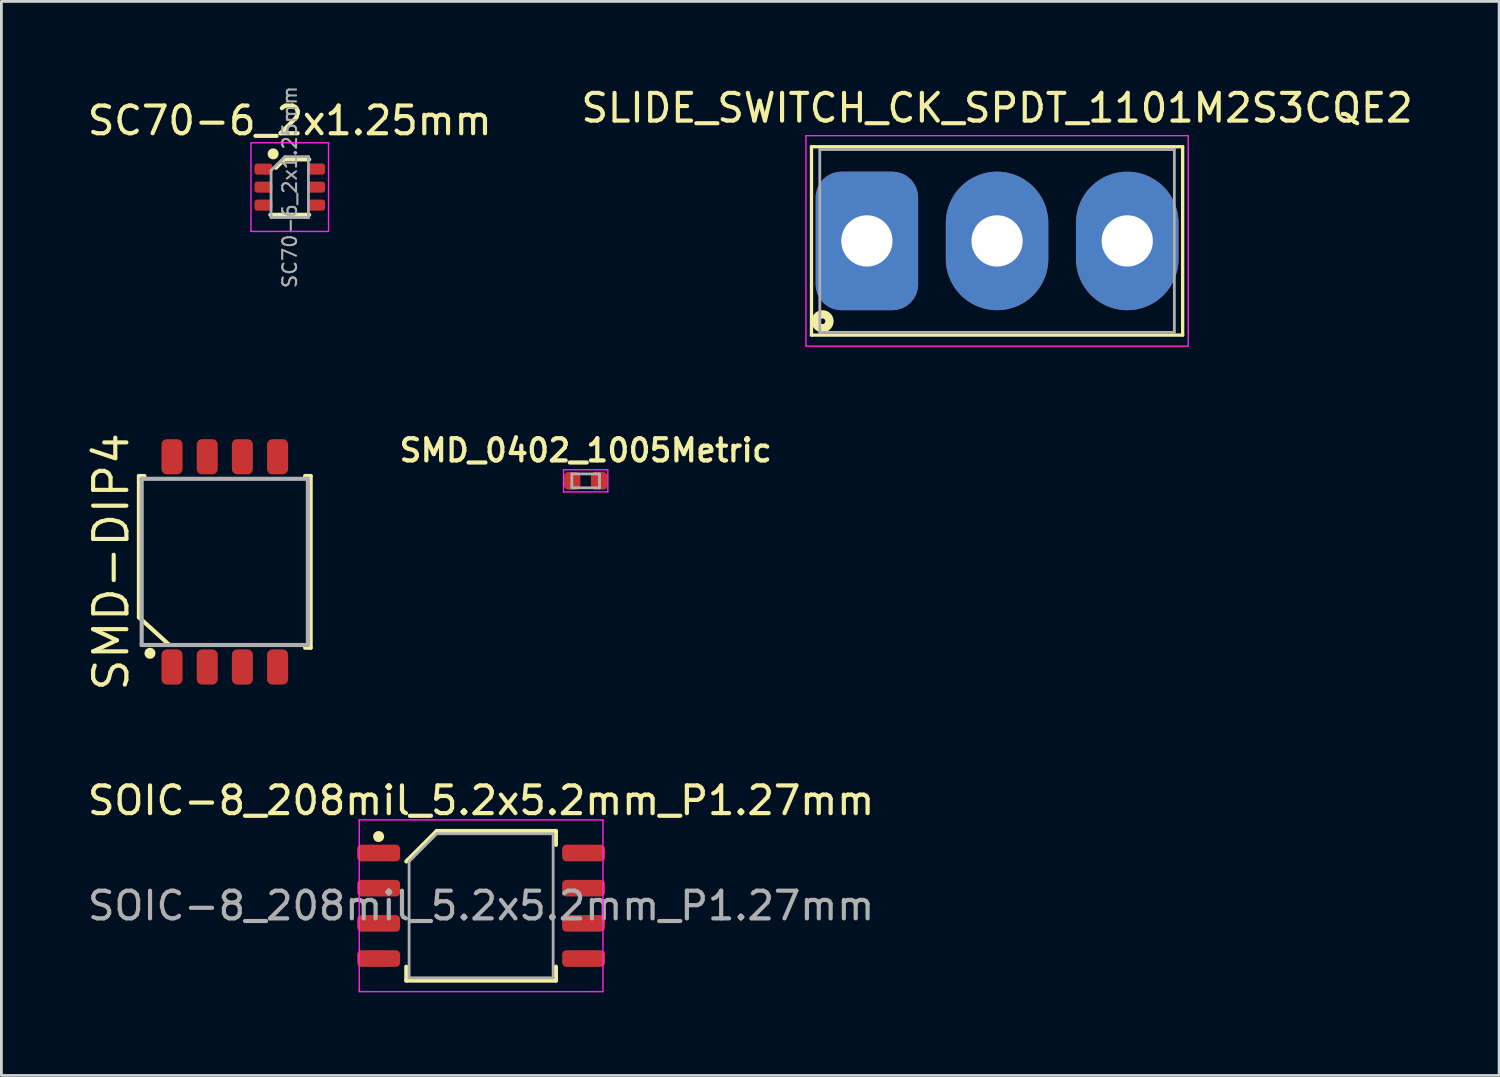
<source format=kicad_pcb>
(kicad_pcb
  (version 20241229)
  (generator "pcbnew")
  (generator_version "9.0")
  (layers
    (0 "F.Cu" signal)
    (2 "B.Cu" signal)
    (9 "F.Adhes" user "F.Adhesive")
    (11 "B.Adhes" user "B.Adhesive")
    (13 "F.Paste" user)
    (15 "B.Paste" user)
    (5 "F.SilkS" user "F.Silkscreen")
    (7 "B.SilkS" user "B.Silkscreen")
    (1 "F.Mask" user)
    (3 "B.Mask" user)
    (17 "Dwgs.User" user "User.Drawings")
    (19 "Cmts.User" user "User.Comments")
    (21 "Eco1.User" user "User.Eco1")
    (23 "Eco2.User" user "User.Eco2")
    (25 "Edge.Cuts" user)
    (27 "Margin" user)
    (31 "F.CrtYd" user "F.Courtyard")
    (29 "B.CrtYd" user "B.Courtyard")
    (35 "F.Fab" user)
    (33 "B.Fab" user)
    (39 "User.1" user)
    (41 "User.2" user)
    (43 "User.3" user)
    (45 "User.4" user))
  (footprint "SLIDE_SWITCH_CK_SPDT_1101M2S3CQE2"
    (layer "F.Cu")
    (at 32.946 5.648)
    (property "Reference" "SLIDE_SWITCH_CK_SPDT_1101M2S3CQE2" (at 0 -4.8 0) (layer "F.SilkS") (effects (font (size 1 1) (thickness 0.15))))
    (attr through_hole)
    (fp_line (start -6.7 -3.4) (end 6.7 -3.4) (stroke (width 0.12) (type solid)) (layer "F.SilkS"))
    (fp_line (start -6.7 3.4) (end -6.7 -3.4) (stroke (width 0.12) (type solid)) (layer "F.SilkS"))
    (fp_line (start 6.7 -3.4) (end 6.7 3.4) (stroke (width 0.12) (type solid)) (layer "F.SilkS"))
    (fp_line (start 6.7 3.4) (end -6.7 3.4) (stroke (width 0.12) (type solid)) (layer "F.SilkS"))
    (fp_circle (center -6.3 2.9) (end -6.2 2.9) (stroke (width 0.3) (type solid)) (fill no) (layer "F.SilkS"))
    (fp_line (start -6.9 -3.8) (end 6.9 -3.8) (stroke (width 0.05) (type solid)) (layer "F.CrtYd"))
    (fp_line (start -6.9 3.8) (end -6.9 -3.8) (stroke (width 0.05) (type solid)) (layer "F.CrtYd"))
    (fp_line (start -6.9 3.8) (end 6.9 3.8) (stroke (width 0.05) (type solid)) (layer "F.CrtYd"))
    (fp_line (start 6.9 3.8) (end 6.9 -3.8) (stroke (width 0.05) (type solid)) (layer "F.CrtYd"))
    (fp_line (start -6.4 -3.3) (end 6.4 -3.3) (stroke (width 0.1) (type solid)) (layer "F.Fab"))
    (fp_line (start -6.4 3.3) (end -6.4 -3.3) (stroke (width 0.1) (type solid)) (layer "F.Fab"))
    (fp_line (start -6.4 3.3) (end 6.4 3.3) (stroke (width 0.1) (type solid)) (layer "F.Fab"))
    (fp_line (start 6.4 3.3) (end 6.4 -3.3) (stroke (width 0.1) (type solid)) (layer "F.Fab"))
    (pad "1" thru_hole roundrect (at -4.7 0) (size 3.7 5) (drill 1.85) (layers "*.Cu" "*.Mask") (roundrect_rratio 0.25))
    (pad "2" thru_hole oval (at 0 0) (size 3.7 5) (drill 1.85) (layers "*.Cu" "*.Mask"))
    (pad "3" thru_hole oval (at 4.7 0) (size 3.7 5) (drill 1.85) (layers "*.Cu" "*.Mask")))
  (footprint "SMD-DIP4"
    (layer "F.Cu")
    (at 5.065 17.235)
    (property "Reference" "SMD-DIP4" (at -4.1 0 90) (layer "F.SilkS") (effects (font (size 1.2 1.2) (thickness 0.15))))
    (attr smd)
    (fp_line (start -3.1 2) (end -3.1 -3.1) (stroke (width 0.15) (type solid)) (layer "F.SilkS"))
    (fp_line (start -3.1 2) (end -2 3) (stroke (width 0.15) (type solid)) (layer "F.SilkS"))
    (fp_line (start -2.9 -3.1) (end -3.1 -3.1) (stroke (width 0.15) (type solid)) (layer "F.SilkS"))
    (fp_line (start 2.9 3.1) (end 3.1 3.1) (stroke (width 0.15) (type solid)) (layer "F.SilkS"))
    (fp_line (start 3.1 -3.1) (end 2.9 -3.1) (stroke (width 0.15) (type solid)) (layer "F.SilkS"))
    (fp_line (start 3.1 3.1) (end 3.1 -3.1) (stroke (width 0.15) (type solid)) (layer "F.SilkS"))
    (fp_circle (center -2.7 3.3) (end -2.8 3.3) (stroke (width 0.2) (type solid)) (fill no) (layer "F.SilkS"))
    (fp_line (start -3 -3) (end -3 3) (stroke (width 0.15) (type solid)) (layer "F.Fab"))
    (fp_line (start -3 -3) (end 3 -3) (stroke (width 0.15) (type solid)) (layer "F.Fab"))
    (fp_line (start 3 -3) (end 3 3) (stroke (width 0.15) (type solid)) (layer "F.Fab"))
    (fp_line (start 3 3) (end -3 3) (stroke (width 0.15) (type solid)) (layer "F.Fab"))
    (pad "1" smd roundrect (at -1.905 3.795) (size 0.76 1.27) (layers "F.Cu" "F.Mask" "F.Paste") (roundrect_rratio 0.25))
    (pad "2" smd roundrect (at -0.635 3.795) (size 0.76 1.27) (layers "F.Cu" "F.Mask" "F.Paste") (roundrect_rratio 0.25))
    (pad "3" smd roundrect (at 0.635 3.795) (size 0.76 1.27) (layers "F.Cu" "F.Mask" "F.Paste") (roundrect_rratio 0.25))
    (pad "4" smd roundrect (at 1.905 3.795) (size 0.76 1.27) (layers "F.Cu" "F.Mask" "F.Paste") (roundrect_rratio 0.25))
    (pad "5" smd roundrect (at 1.905 -3.795) (size 0.76 1.27) (layers "F.Cu" "F.Mask" "F.Paste") (roundrect_rratio 0.25))
    (pad "6" smd roundrect (at 0.635 -3.795) (size 0.76 1.27) (layers "F.Cu" "F.Mask" "F.Paste") (roundrect_rratio 0.25))
    (pad "7" smd roundrect (at -0.635 -3.795) (size 0.76 1.27) (layers "F.Cu" "F.Mask" "F.Paste") (roundrect_rratio 0.25))
    (pad "8" smd roundrect (at -1.905 -3.795) (size 0.76 1.27) (layers "F.Cu" "F.Mask" "F.Paste") (roundrect_rratio 0.25)))
  (footprint "SOIC-8_208mil_5.2x5.2mm_P1.27mm"
    (layer "F.Cu")
    (at 14.319 29.65)
    (property "Reference" "SOIC-8_208mil_5.2x5.2mm_P1.27mm" (at 0 -3.8 0) (layer "F.SilkS") (effects (font (size 1 1) (thickness 0.152))))
    (attr smd)
    (fp_line (start -2.7 2.2) (end -2.7 2.7) (stroke (width 0.15) (type solid)) (layer "F.SilkS"))
    (fp_line (start -2.7 2.7) (end 2.7 2.7) (stroke (width 0.15) (type solid)) (layer "F.SilkS"))
    (fp_line (start -1.6 -2.7) (end -2.7 -1.6) (stroke (width 0.15) (type solid)) (layer "F.SilkS"))
    (fp_line (start -1.6 -2.7) (end 2.7 -2.7) (stroke (width 0.15) (type solid)) (layer "F.SilkS"))
    (fp_line (start 2.7 -2.7) (end 2.7 -2.2) (stroke (width 0.15) (type solid)) (layer "F.SilkS"))
    (fp_line (start 2.7 2.2) (end 2.7 2.7) (stroke (width 0.15) (type solid)) (layer "F.SilkS"))
    (fp_circle (center -3.7 -2.5) (end -3.6 -2.5) (stroke (width 0.2) (type solid)) (fill no) (layer "F.SilkS"))
    (fp_line (start -4.4 -3.1) (end -4.4 3.1) (stroke (width 0.05) (type solid)) (layer "F.CrtYd"))
    (fp_line (start -4.4 -3.1) (end 4.4 -3.1) (stroke (width 0.05) (type solid)) (layer "F.CrtYd"))
    (fp_line (start -4.4 3.1) (end 4.4 3.1) (stroke (width 0.05) (type solid)) (layer "F.CrtYd"))
    (fp_line (start 4.4 -3.1) (end 4.4 3.1) (stroke (width 0.05) (type solid)) (layer "F.CrtYd"))
    (fp_line (start -2.6 -1.6) (end -1.6 -2.6) (stroke (width 0.1) (type solid)) (layer "F.Fab"))
    (fp_line (start -2.6 2.6) (end -2.6 -1.6) (stroke (width 0.1) (type solid)) (layer "F.Fab"))
    (fp_line (start -1.6 -2.6) (end 2.6 -2.6) (stroke (width 0.1) (type solid)) (layer "F.Fab"))
    (fp_line (start 2.6 -2.6) (end 2.6 2.6) (stroke (width 0.1) (type solid)) (layer "F.Fab"))
    (fp_line (start 2.6 2.6) (end -2.6 2.6) (stroke (width 0.1) (type solid)) (layer "F.Fab"))
    (fp_text user "${REFERENCE}" (at 0 0 0) (layer "F.Fab") (effects (font (size 1 1) (thickness 0.15))))
    (pad "1" smd roundrect (at -3.7 -1.905) (size 1.55 0.6) (layers "F.Cu" "F.Mask" "F.Paste") (roundrect_rratio 0.25))
    (pad "2" smd roundrect (at -3.7 -0.635) (size 1.55 0.6) (layers "F.Cu" "F.Mask" "F.Paste") (roundrect_rratio 0.25))
    (pad "3" smd roundrect (at -3.7 0.635) (size 1.55 0.6) (layers "F.Cu" "F.Mask" "F.Paste") (roundrect_rratio 0.25))
    (pad "4" smd roundrect (at -3.7 1.905) (size 1.55 0.6) (layers "F.Cu" "F.Mask" "F.Paste") (roundrect_rratio 0.25))
    (pad "5" smd roundrect (at 3.7 1.905) (size 1.55 0.6) (layers "F.Cu" "F.Mask" "F.Paste") (roundrect_rratio 0.25))
    (pad "6" smd roundrect (at 3.7 0.635) (size 1.55 0.6) (layers "F.Cu" "F.Mask" "F.Paste") (roundrect_rratio 0.25))
    (pad "7" smd roundrect (at 3.7 -0.635) (size 1.55 0.6) (layers "F.Cu" "F.Mask" "F.Paste") (roundrect_rratio 0.25))
    (pad "8" smd roundrect (at 3.7 -1.905) (size 1.55 0.6) (layers "F.Cu" "F.Mask" "F.Paste") (roundrect_rratio 0.25)))
  (footprint "SMD_0402_1005Metric"
    (layer "F.Cu")
    (at 18.094 14.309)
    (property "Reference" "SMD_0402_1005Metric" (at 0 -1.1 0) (layer "F.SilkS") (effects (font (size 0.8 0.8) (thickness 0.152))))
    (attr smd)
    (fp_line (start -0.8 -0.4) (end 0.8 -0.4) (stroke (width 0.05) (type solid)) (layer "F.CrtYd"))
    (fp_line (start -0.8 0.4) (end -0.8 -0.4) (stroke (width 0.05) (type solid)) (layer "F.CrtYd"))
    (fp_line (start 0.8 -0.4) (end 0.8 0.4) (stroke (width 0.05) (type solid)) (layer "F.CrtYd"))
    (fp_line (start 0.8 0.4) (end -0.8 0.4) (stroke (width 0.05) (type solid)) (layer "F.CrtYd"))
    (fp_line (start -0.5 -0.25) (end 0.5 -0.25) (stroke (width 0.1) (type solid)) (layer "F.Fab"))
    (fp_line (start -0.5 0.25) (end -0.5 -0.25) (stroke (width 0.1) (type solid)) (layer "F.Fab"))
    (fp_line (start 0.5 -0.25) (end 0.5 0.25) (stroke (width 0.1) (type solid)) (layer "F.Fab"))
    (fp_line (start 0.5 0.25) (end -0.5 0.25) (stroke (width 0.1) (type solid)) (layer "F.Fab"))
    (pad "1" smd roundrect (at -0.485 0) (size 0.59 0.64) (layers "F.Cu" "F.Mask" "F.Paste") (roundrect_rratio 0.25))
    (pad "2" smd roundrect (at 0.485 0) (size 0.59 0.64) (layers "F.Cu" "F.Mask" "F.Paste") (roundrect_rratio 0.25)))
  (footprint "SC70-6_2x1.25mm"
    (layer "F.Cu")
    (at 7.411 3.705)
    (property "Reference" "SC70-6_2x1.25mm" (at 0 -2.4 0) (layer "F.SilkS") (effects (font (size 1 1) (thickness 0.15))))
    (attr smd)
    (fp_line (start -0.7 1) (end 0.7 1) (stroke (width 0.15) (type solid)) (layer "F.SilkS"))
    (fp_line (start -0.2 -1) (end -0.5 -0.7) (stroke (width 0.15) (type solid)) (layer "F.SilkS"))
    (fp_line (start 0.7 -1) (end -0.2 -1) (stroke (width 0.15) (type solid)) (layer "F.SilkS"))
    (fp_circle (center -0.6 -1.2) (end -0.7 -1.2) (stroke (width 0.2) (type solid)) (fill no) (layer "F.SilkS"))
    (fp_line (start -1.4 -1.6) (end -1.4 1.6) (stroke (width 0.05) (type solid)) (layer "F.CrtYd"))
    (fp_line (start -1.4 -1.6) (end 1.4 -1.6) (stroke (width 0.05) (type solid)) (layer "F.CrtYd"))
    (fp_line (start -1.4 1.6) (end 1.4 1.6) (stroke (width 0.05) (type solid)) (layer "F.CrtYd"))
    (fp_line (start 1.4 1.6) (end 1.4 -1.6) (stroke (width 0.05) (type solid)) (layer "F.CrtYd"))
    (fp_line (start -0.675 -0.6) (end -0.675 1.1) (stroke (width 0.1) (type solid)) (layer "F.Fab"))
    (fp_line (start -0.175 -1.1) (end -0.675 -0.6) (stroke (width 0.1) (type solid)) (layer "F.Fab"))
    (fp_line (start 0.675 -1.1) (end -0.175 -1.1) (stroke (width 0.1) (type solid)) (layer "F.Fab"))
    (fp_line (start 0.675 -1.1) (end 0.675 1.1) (stroke (width 0.1) (type solid)) (layer "F.Fab"))
    (fp_line (start 0.675 1.1) (end -0.675 1.1) (stroke (width 0.1) (type solid)) (layer "F.Fab"))
    (fp_text user "${REFERENCE}" (at 0 0 90) (layer "F.Fab") (effects (font (size 0.5 0.5) (thickness 0.075))))
    (pad "1" smd roundrect (at -0.95 -0.65) (size 0.65 0.4) (layers "F.Cu" "F.Mask" "F.Paste") (roundrect_rratio 0.25))
    (pad "2" smd roundrect (at -0.95 0) (size 0.65 0.4) (layers "F.Cu" "F.Mask" "F.Paste") (roundrect_rratio 0.25))
    (pad "3" smd roundrect (at -0.95 0.65) (size 0.65 0.4) (layers "F.Cu" "F.Mask" "F.Paste") (roundrect_rratio 0.25))
    (pad "4" smd roundrect (at 0.95 0.65) (size 0.65 0.4) (layers "F.Cu" "F.Mask" "F.Paste") (roundrect_rratio 0.25))
    (pad "5" smd roundrect (at 0.95 0) (size 0.65 0.4) (layers "F.Cu" "F.Mask" "F.Paste") (roundrect_rratio 0.25))
    (pad "6" smd roundrect (at 0.95 -0.65) (size 0.65 0.4) (layers "F.Cu" "F.Mask" "F.Paste") (roundrect_rratio 0.25)))
  (gr_rect
    (start -3 -3)
    (end 51.071 35.775)
    (stroke (width 0.1) (type default))
    (fill no)
    (layer "Edge.Cuts")))
</source>
